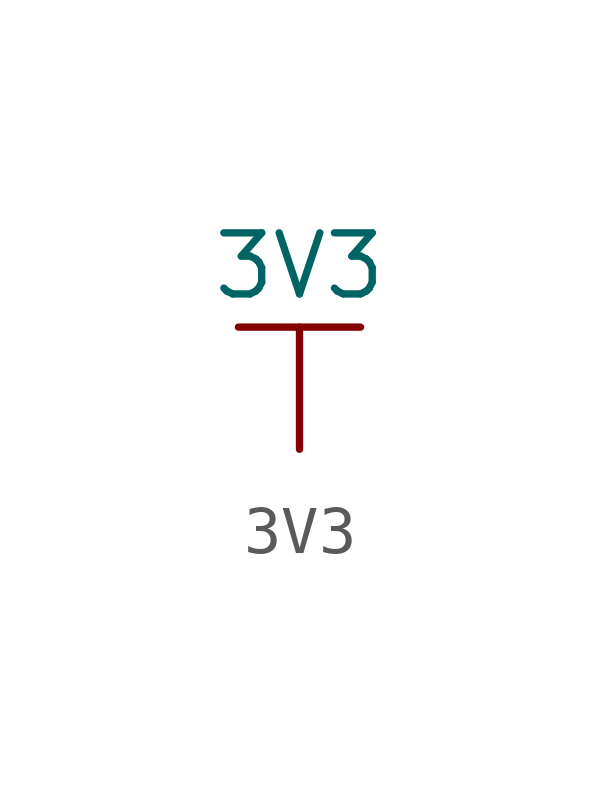
<source format=kicad_sym>
(kicad_symbol_lib
  (version 20220914)
  (generator kicad_symbol_editor)
  (symbol "3V3"
    (power)
    (pin_numbers hide)
    (pin_names
      (offset 0) hide)
    (property "Reference" "#PWR"
      (at -6.35 2.54 0)
      (effects (font (size 1.27 1.27)) hide))
    (property "Value" "3V3"
      (at 0 3.81 0)
      (effects (font (size 1.27 1.27))))
    (symbol "3V3_0_1"
      (polyline (pts (xy 1.27 2.54) (xy -1.27 2.54)) (stroke (width 0) (type solid)) (fill (type none))))
    (symbol "3V3_1_1"
      (pin power_out line (at 0 0 90) (length 2.54) (name "3V3" (effects (font (size 1.27 1.27)))) (number "~" (effects (font (size 1.27 1.27))))))))
</source>
